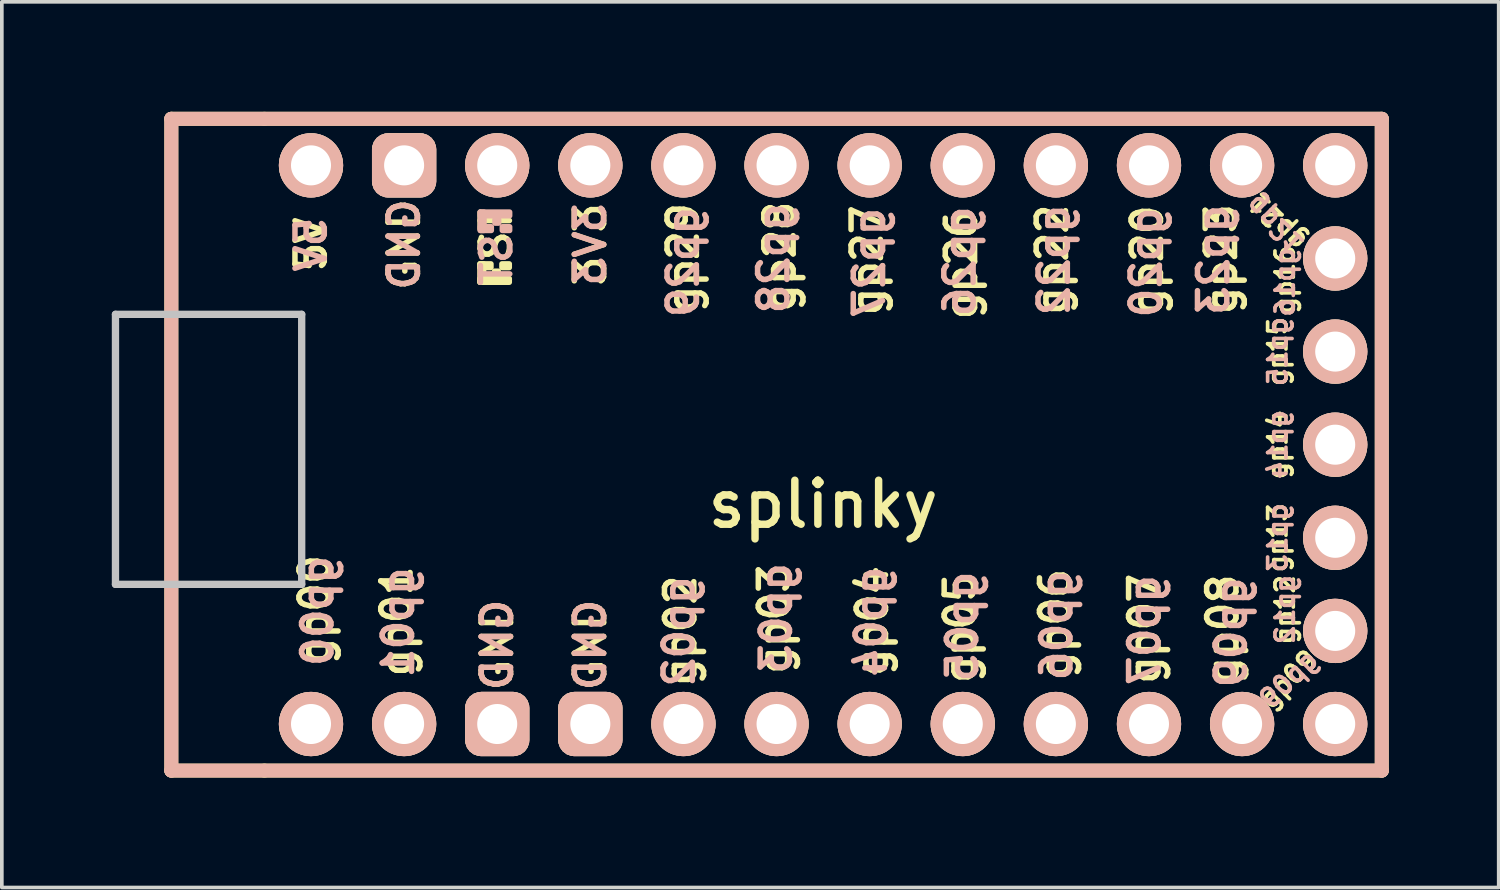
<source format=kicad_pcb>
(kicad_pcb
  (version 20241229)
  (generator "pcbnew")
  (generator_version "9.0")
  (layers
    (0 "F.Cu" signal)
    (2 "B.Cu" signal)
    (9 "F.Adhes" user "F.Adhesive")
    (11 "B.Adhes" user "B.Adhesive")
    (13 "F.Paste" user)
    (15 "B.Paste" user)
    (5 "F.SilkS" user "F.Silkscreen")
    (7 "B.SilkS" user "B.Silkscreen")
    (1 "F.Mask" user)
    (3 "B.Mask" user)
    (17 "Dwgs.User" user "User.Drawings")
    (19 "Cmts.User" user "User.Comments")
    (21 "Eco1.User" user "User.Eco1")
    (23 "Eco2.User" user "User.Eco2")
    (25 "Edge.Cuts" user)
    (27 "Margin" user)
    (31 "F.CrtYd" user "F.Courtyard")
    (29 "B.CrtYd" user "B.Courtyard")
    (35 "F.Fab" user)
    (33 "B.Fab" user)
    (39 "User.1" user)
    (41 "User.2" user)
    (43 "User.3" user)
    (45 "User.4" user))
  (footprint "splinky"
    (layer "F.Cu")
    (at 19.404 9.081)
    (property "Reference" "splinky" (at 0 1.625 0) (layer "F.SilkS") (effects (font (size 1.2 1.2) (thickness 0.203))))
    (attr through_hole)
    (fp_line (start -17.78 -8.89) (end -17.78 8.89) (stroke (width 0.381) (type solid)) (layer "F.SilkS"))
    (fp_line (start -17.78 8.89) (end -15.24 8.89) (stroke (width 0.381) (type solid)) (layer "F.SilkS"))
    (fp_line (start -15.24 -8.89) (end -17.78 -8.89) (stroke (width 0.381) (type solid)) (layer "F.SilkS"))
    (fp_line (start -15.24 8.89) (end 15.24 8.89) (stroke (width 0.381) (type solid)) (layer "F.SilkS"))
    (fp_line (start 15.24 -8.89) (end -15.24 -8.89) (stroke (width 0.381) (type solid)) (layer "F.SilkS"))
    (fp_line (start 15.24 8.89) (end 15.24 -8.89) (stroke (width 0.381) (type solid)) (layer "F.SilkS"))
    (fp_poly (pts (xy -9.361 -4.932) (xy -9.261 -4.932) (xy -9.261 -4.432) (xy -9.361 -4.432)) (stroke (width 0.15) (type solid)) (fill yes) (layer "F.SilkS"))
    (fp_poly (pts (xy -9.361 -4.932) (xy -9.061 -4.932) (xy -9.061 -4.832) (xy -9.361 -4.832)) (stroke (width 0.15) (type solid)) (fill yes) (layer "F.SilkS"))
    (fp_poly (pts (xy -9.361 -4.532) (xy -8.561 -4.532) (xy -8.561 -4.432) (xy -9.361 -4.432)) (stroke (width 0.15) (type solid)) (fill yes) (layer "F.SilkS"))
    (fp_poly (pts (xy -8.961 -4.732) (xy -8.861 -4.732) (xy -8.861 -4.632) (xy -8.961 -4.632)) (stroke (width 0.15) (type solid)) (fill yes) (layer "F.SilkS"))
    (fp_poly (pts (xy -8.761 -4.932) (xy -8.561 -4.932) (xy -8.561 -4.832) (xy -8.761 -4.832)) (stroke (width 0.15) (type solid)) (fill yes) (layer "F.SilkS"))
    (fp_line (start -17.78 -8.89) (end -17.78 8.89) (stroke (width 0.381) (type solid)) (layer "B.SilkS"))
    (fp_line (start -17.78 8.89) (end 15.24 8.89) (stroke (width 0.381) (type solid)) (layer "B.SilkS"))
    (fp_line (start 15.24 -8.89) (end -17.78 -8.89) (stroke (width 0.381) (type solid)) (layer "B.SilkS"))
    (fp_line (start 15.24 8.89) (end 15.24 -8.89) (stroke (width 0.381) (type solid)) (layer "B.SilkS"))
    (fp_poly (pts (xy -9.351 -6.245) (xy -8.551 -6.245) (xy -8.551 -6.345) (xy -9.351 -6.345)) (stroke (width 0.15) (type solid)) (fill yes) (layer "B.SilkS"))
    (fp_poly (pts (xy -9.351 -5.845) (xy -9.251 -5.845) (xy -9.251 -6.345) (xy -9.351 -6.345)) (stroke (width 0.15) (type solid)) (fill yes) (layer "B.SilkS"))
    (fp_poly (pts (xy -9.351 -5.845) (xy -9.051 -5.845) (xy -9.051 -5.945) (xy -9.351 -5.945)) (stroke (width 0.15) (type solid)) (fill yes) (layer "B.SilkS"))
    (fp_poly (pts (xy -8.951 -6.045) (xy -8.851 -6.045) (xy -8.851 -6.145) (xy -8.951 -6.145)) (stroke (width 0.15) (type solid)) (fill yes) (layer "B.SilkS"))
    (fp_poly (pts (xy -8.751 -5.845) (xy -8.551 -5.845) (xy -8.551 -5.945) (xy -8.751 -5.945)) (stroke (width 0.15) (type solid)) (fill yes) (layer "B.SilkS"))
    (fp_line (start -19.304 -3.556) (end -14.224 -3.556) (stroke (width 0.2) (type solid)) (layer "Dwgs.User"))
    (fp_line (start -19.304 3.81) (end -19.304 -3.556) (stroke (width 0.2) (type solid)) (layer "Dwgs.User"))
    (fp_line (start -14.224 -3.556) (end -14.224 3.81) (stroke (width 0.2) (type solid)) (layer "Dwgs.User"))
    (fp_line (start -14.224 3.81) (end -19.304 3.81) (stroke (width 0.2) (type solid)) (layer "Dwgs.User"))
    (fp_text user "gp23" (at 10.86 -5.06 90) (layer "F.SilkS") (effects (font (size 0.8 0.8) (thickness 0.15))))
    (fp_text user "gp09" (at 12.7 6.4 45) (layer "F.SilkS") (effects (font (size 0.5 0.5) (thickness 0.1) (bold yes))))
    (fp_text user "gp26" (at 3.77 -4.92 90) (layer "F.SilkS") (effects (font (size 0.8 0.8) (thickness 0.15))))
    (fp_text user "gp12" (at 12.6 4.5 90) (layer "F.SilkS") (effects (font (size 0.5 0.5) (thickness 0.1) (bold yes))))
    (fp_text user "gp04" (at 1.34 4.81 90) (layer "F.SilkS") (effects (font (size 0.8 0.8) (thickness 0.15))))
    (fp_text user "GND" (at -11.43 -5.461 90) (layer "F.SilkS") (effects (font (size 0.8 0.8) (thickness 0.15))))
    (fp_text user "gp06" (at 6.34 4.89 90) (layer "F.SilkS") (effects (font (size 0.8 0.8) (thickness 0.15))))
    (fp_text user "gp03" (at -1.33 4.75 90) (layer "F.SilkS") (effects (font (size 0.8 0.8) (thickness 0.15))))
    (fp_text user "gp16" (at 12.6 -4.5 90) (layer "F.SilkS") (effects (font (size 0.5 0.5) (thickness 0.1) (bold yes))))
    (fp_text user "gp27" (at 1.2 -5.03 90) (layer "F.SilkS") (effects (font (size 0.8 0.8) (thickness 0.15))))
    (fp_text user "gp13" (at 12.4 2.54 90) (layer "F.SilkS") (effects (font (size 0.5 0.5) (thickness 0.1) (bold yes))))
    (fp_text user "gp02" (at -3.89 5.07 90) (layer "F.SilkS") (effects (font (size 0.8 0.8) (thickness 0.15))))
    (fp_text user "gp00" (at -13.86 4.51 90) (layer "F.SilkS") (effects (font (size 0.8 0.8) (thickness 0.15))))
    (fp_text user "GND" (at -6.35 5.461 90) (layer "F.SilkS") (effects (font (size 0.8 0.8) (thickness 0.15))))
    (fp_text user "gp20" (at 8.84 -5.03 90) (layer "F.SilkS") (effects (font (size 0.8 0.8) (thickness 0.15))))
    (fp_text user "gp29" (at -3.82 -5.09 90) (layer "F.SilkS") (effects (font (size 0.8 0.8) (thickness 0.15))))
    (fp_text user "gp05" (at 3.74 5 90) (layer "F.SilkS") (effects (font (size 0.8 0.8) (thickness 0.15))))
    (fp_text user "ST" (at -8.92 -5.733 90) (layer "F.SilkS") (effects (font (size 0.8 0.8) (thickness 0.15))))
    (fp_text user "gp28" (at -1.18 -5.13 90) (layer "F.SilkS") (effects (font (size 0.8 0.8) (thickness 0.15))))
    (fp_text user "GND" (at -8.89 5.461 90) (layer "F.SilkS") (effects (font (size 0.8 0.8) (thickness 0.15))))
    (fp_text user "gp01" (at -11.63 4.82 90) (layer "F.SilkS") (effects (font (size 0.8 0.8) (thickness 0.15))))
    (fp_text user "gp21" (at 12.39 -6.08 135) (unlocked yes) (layer "F.SilkS") (effects (font (size 0.5 0.5) (thickness 0.1) (bold yes))))
    (fp_text user "gp14" (at 12.4 0 90) (layer "F.SilkS") (effects (font (size 0.5 0.5) (thickness 0.1) (bold yes))))
    (fp_text user "5V" (at -13.97 -5.461 90) (layer "F.SilkS") (effects (font (size 0.8 0.8) (thickness 0.15))))
    (fp_text user "gp07" (at 8.77 5.02 90) (layer "F.SilkS") (effects (font (size 0.8 0.8) (thickness 0.15))))
    (fp_text user "gp15" (at 12.4 -2.54 90) (layer "F.SilkS") (effects (font (size 0.5 0.5) (thickness 0.1) (bold yes))))
    (fp_text user "gp22" (at 6.25 -5.05 90) (layer "F.SilkS") (effects (font (size 0.8 0.8) (thickness 0.15))))
    (fp_text user "3V3" (at -6.35 -5.461 90) (layer "F.SilkS") (effects (font (size 0.8 0.8) (thickness 0.15))))
    (fp_text user "gp08" (at 10.9 5.04 90) (layer "F.SilkS") (effects (font (size 0.8 0.8) (thickness 0.15))))
    (fp_text user "gp02" (at -3.93 5.1 90) (layer "B.SilkS") (effects (font (size 0.8 0.8) (thickness 0.15)) (justify mirror)))
    (fp_text user "gp01" (at -11.59 4.85 90) (layer "B.SilkS") (effects (font (size 0.8 0.8) (thickness 0.15)) (justify mirror)))
    (fp_text user "gp23" (at 10.65 -5.04 90) (layer "B.SilkS") (effects (font (size 0.8 0.8) (thickness 0.15)) (justify mirror)))
    (fp_text user "5V" (at -13.97 -5.461 90) (layer "B.SilkS") (effects (font (size 0.8 0.8) (thickness 0.15)) (justify mirror)))
    (fp_text user "gp26" (at 3.73 -5 90) (layer "B.SilkS") (effects (font (size 0.8 0.8) (thickness 0.15)) (justify mirror)))
    (fp_text user "gp27" (at 1.26 -4.96 90) (layer "B.SilkS") (effects (font (size 0.8 0.8) (thickness 0.15)) (justify mirror)))
    (fp_text user "gp04" (at 1.31 4.83 90) (layer "B.SilkS") (effects (font (size 0.8 0.8) (thickness 0.15)) (justify mirror)))
    (fp_text user "gp29" (at -3.82 -4.98 90) (layer "B.SilkS") (effects (font (size 0.8 0.8) (thickness 0.15)) (justify mirror)))
    (fp_text user "gp22" (at 6.3 -5.03 90) (layer "B.SilkS") (effects (font (size 0.8 0.8) (thickness 0.15)) (justify mirror)))
    (fp_text user "gp14" (at 12.4 0 90) (layer "B.SilkS") (effects (font (size 0.5 0.5) (thickness 0.1) (bold yes)) (justify mirror)))
    (fp_text user "gp09" (at 12.7 6.4 45) (layer "B.SilkS") (effects (font (size 0.5 0.5) (thickness 0.1) (bold yes)) (justify mirror)))
    (fp_text user "ST" (at -8.91 -5.04 90) (layer "B.SilkS") (effects (font (size 0.8 0.8) (thickness 0.15)) (justify mirror)))
    (fp_text user "gp16" (at 12.6 -4.43 90) (layer "B.SilkS") (effects (font (size 0.5 0.5) (thickness 0.1) (bold yes)) (justify mirror)))
    (fp_text user "gp15" (at 12.4 -2.54 90) (layer "B.SilkS") (effects (font (size 0.5 0.5) (thickness 0.1) (bold yes)) (justify mirror)))
    (fp_text user "gp00" (at -13.79 4.54 90) (layer "B.SilkS") (effects (font (size 0.8 0.8) (thickness 0.15)) (justify mirror)))
    (fp_text user "gp07" (at 8.77 5.06 90) (layer "B.SilkS") (effects (font (size 0.8 0.8) (thickness 0.15)) (justify mirror)))
    (fp_text user "gp03" (at -1.28 4.73 90) (layer "B.SilkS") (effects (font (size 0.8 0.8) (thickness 0.15)) (justify mirror)))
    (fp_text user "gp20" (at 8.81 -4.97 90) (layer "B.SilkS") (effects (font (size 0.8 0.8) (thickness 0.15)) (justify mirror)))
    (fp_text user "GND" (at -8.89 5.461 90) (layer "B.SilkS") (effects (font (size 0.8 0.8) (thickness 0.15)) (justify mirror)))
    (fp_text user "gp28" (at -1.35 -5.08 90) (layer "B.SilkS") (effects (font (size 0.8 0.8) (thickness 0.15)) (justify mirror)))
    (fp_text user "gp21" (at 12.32 -6.01 135) (unlocked yes) (layer "B.SilkS") (effects (font (size 0.5 0.5) (thickness 0.1) (bold yes)) (justify mirror)))
    (fp_text user "gp12" (at 12.6 4.5 90) (layer "B.SilkS") (effects (font (size 0.5 0.5) (thickness 0.1) (bold yes)) (justify mirror)))
    (fp_text user "gp06" (at 6.37 4.93 90) (layer "B.SilkS") (effects (font (size 0.8 0.8) (thickness 0.15)) (justify mirror)))
    (fp_text user "GND" (at -11.43 -5.461 90) (layer "B.SilkS") (effects (font (size 0.8 0.8) (thickness 0.15)) (justify mirror)))
    (fp_text user "3V3" (at -6.35 -5.461 90) (layer "B.SilkS") (effects (font (size 0.8 0.8) (thickness 0.15)) (justify mirror)))
    (fp_text user "GND" (at -6.35 5.461 90) (layer "B.SilkS") (effects (font (size 0.8 0.8) (thickness 0.15)) (justify mirror)))
    (fp_text user "gp05" (at 3.8 4.96 90) (layer "B.SilkS") (effects (font (size 0.8 0.8) (thickness 0.15)) (justify mirror)))
    (fp_text user "gp09" (at 11.13 5.12 90) (layer "B.SilkS") (effects (font (size 0.8 0.8) (thickness 0.15)) (justify mirror)))
    (fp_text user "gp13" (at 12.4 2.54 90) (layer "B.SilkS") (effects (font (size 0.5 0.5) (thickness 0.1) (bold yes)) (justify mirror)))
    (pad "1" thru_hole circle (at -13.97 7.62) (size 1.753 1.753) (drill 1.092) (layers "*.Cu" "*.SilkS" "*.Mask"))
    (pad "2" thru_hole circle (at -11.43 7.62) (size 1.753 1.753) (drill 1.092) (layers "*.Cu" "*.SilkS" "*.Mask"))
    (pad "3" thru_hole roundrect (at -8.89 7.62) (size 1.753 1.753) (drill 1.092) (layers "*.Cu" "*.SilkS" "*.Mask") (roundrect_rratio 0.25))
    (pad "4" thru_hole roundrect (at -6.35 7.62) (size 1.753 1.753) (drill 1.092) (layers "*.Cu" "*.SilkS" "*.Mask") (roundrect_rratio 0.25))
    (pad "5" thru_hole circle (at -3.81 7.62) (size 1.753 1.753) (drill 1.092) (layers "*.Cu" "*.SilkS" "*.Mask"))
    (pad "6" thru_hole circle (at -1.27 7.62) (size 1.753 1.753) (drill 1.092) (layers "*.Cu" "*.SilkS" "*.Mask"))
    (pad "7" thru_hole circle (at 1.27 7.62) (size 1.753 1.753) (drill 1.092) (layers "*.Cu" "*.SilkS" "*.Mask"))
    (pad "8" thru_hole circle (at 3.81 7.62) (size 1.753 1.753) (drill 1.092) (layers "*.Cu" "*.SilkS" "*.Mask"))
    (pad "9" thru_hole circle (at 6.35 7.62) (size 1.753 1.753) (drill 1.092) (layers "*.Cu" "*.SilkS" "*.Mask"))
    (pad "10" thru_hole circle (at 8.89 7.62) (size 1.753 1.753) (drill 1.092) (layers "*.Cu" "*.SilkS" "*.Mask"))
    (pad "11" thru_hole circle (at 11.43 7.62) (size 1.753 1.753) (drill 1.092) (layers "*.Cu" "*.SilkS" "*.Mask"))
    (pad "12" thru_hole circle (at 13.97 7.62) (size 1.753 1.753) (drill 1.092) (layers "*.Cu" "*.SilkS" "*.Mask"))
    (pad "13" thru_hole circle (at 13.97 -7.62) (size 1.753 1.753) (drill 1.092) (layers "*.Cu" "*.SilkS" "*.Mask"))
    (pad "14" thru_hole circle (at 11.43 -7.62) (size 1.753 1.753) (drill 1.092) (layers "*.Cu" "*.SilkS" "*.Mask"))
    (pad "15" thru_hole circle (at 8.89 -7.62) (size 1.753 1.753) (drill 1.092) (layers "*.Cu" "*.SilkS" "*.Mask"))
    (pad "16" thru_hole circle (at 6.35 -7.62) (size 1.753 1.753) (drill 1.092) (layers "*.Cu" "*.SilkS" "*.Mask"))
    (pad "17" thru_hole circle (at 3.81 -7.62) (size 1.753 1.753) (drill 1.092) (layers "*.Cu" "*.SilkS" "*.Mask"))
    (pad "18" thru_hole circle (at 1.27 -7.62) (size 1.753 1.753) (drill 1.092) (layers "*.Cu" "*.SilkS" "*.Mask"))
    (pad "19" thru_hole circle (at -1.27 -7.62) (size 1.753 1.753) (drill 1.092) (layers "*.Cu" "*.SilkS" "*.Mask"))
    (pad "20" thru_hole circle (at -3.81 -7.62) (size 1.753 1.753) (drill 1.092) (layers "*.Cu" "*.SilkS" "*.Mask"))
    (pad "21" thru_hole circle (at -6.35 -7.62) (size 1.753 1.753) (drill 1.092) (layers "*.Cu" "*.SilkS" "*.Mask"))
    (pad "22" thru_hole circle (at -8.89 -7.62) (size 1.753 1.753) (drill 1.092) (layers "*.Cu" "*.SilkS" "*.Mask"))
    (pad "23" thru_hole roundrect (at -11.43 -7.62) (size 1.753 1.753) (drill 1.092) (layers "*.Cu" "*.SilkS" "*.Mask") (roundrect_rratio 0.25))
    (pad "24" thru_hole circle (at -13.97 -7.62) (size 1.753 1.753) (drill 1.092) (layers "*.Cu" "*.SilkS" "*.Mask"))
    (pad "25" thru_hole circle (at 13.97 5.08) (size 1.753 1.753) (drill 1.092) (layers "*.Cu" "*.SilkS" "*.Mask"))
    (pad "26" thru_hole circle (at 13.97 2.54) (size 1.753 1.753) (drill 1.092) (layers "*.Cu" "*.SilkS" "*.Mask"))
    (pad "27" thru_hole circle (at 13.97 0) (size 1.753 1.753) (drill 1.092) (layers "*.Cu" "*.SilkS" "*.Mask"))
    (pad "28" thru_hole circle (at 13.97 -2.54) (size 1.753 1.753) (drill 1.092) (layers "*.Cu" "*.SilkS" "*.Mask"))
    (pad "29" thru_hole circle (at 13.97 -5.08) (size 1.753 1.753) (drill 1.092) (layers "*.Cu" "*.SilkS" "*.Mask")))
  (gr_rect
    (start -3 -3)
    (end 37.834 21.161)
    (stroke (width 0.1) (type default))
    (fill no)
    (layer "Edge.Cuts")))
</source>
